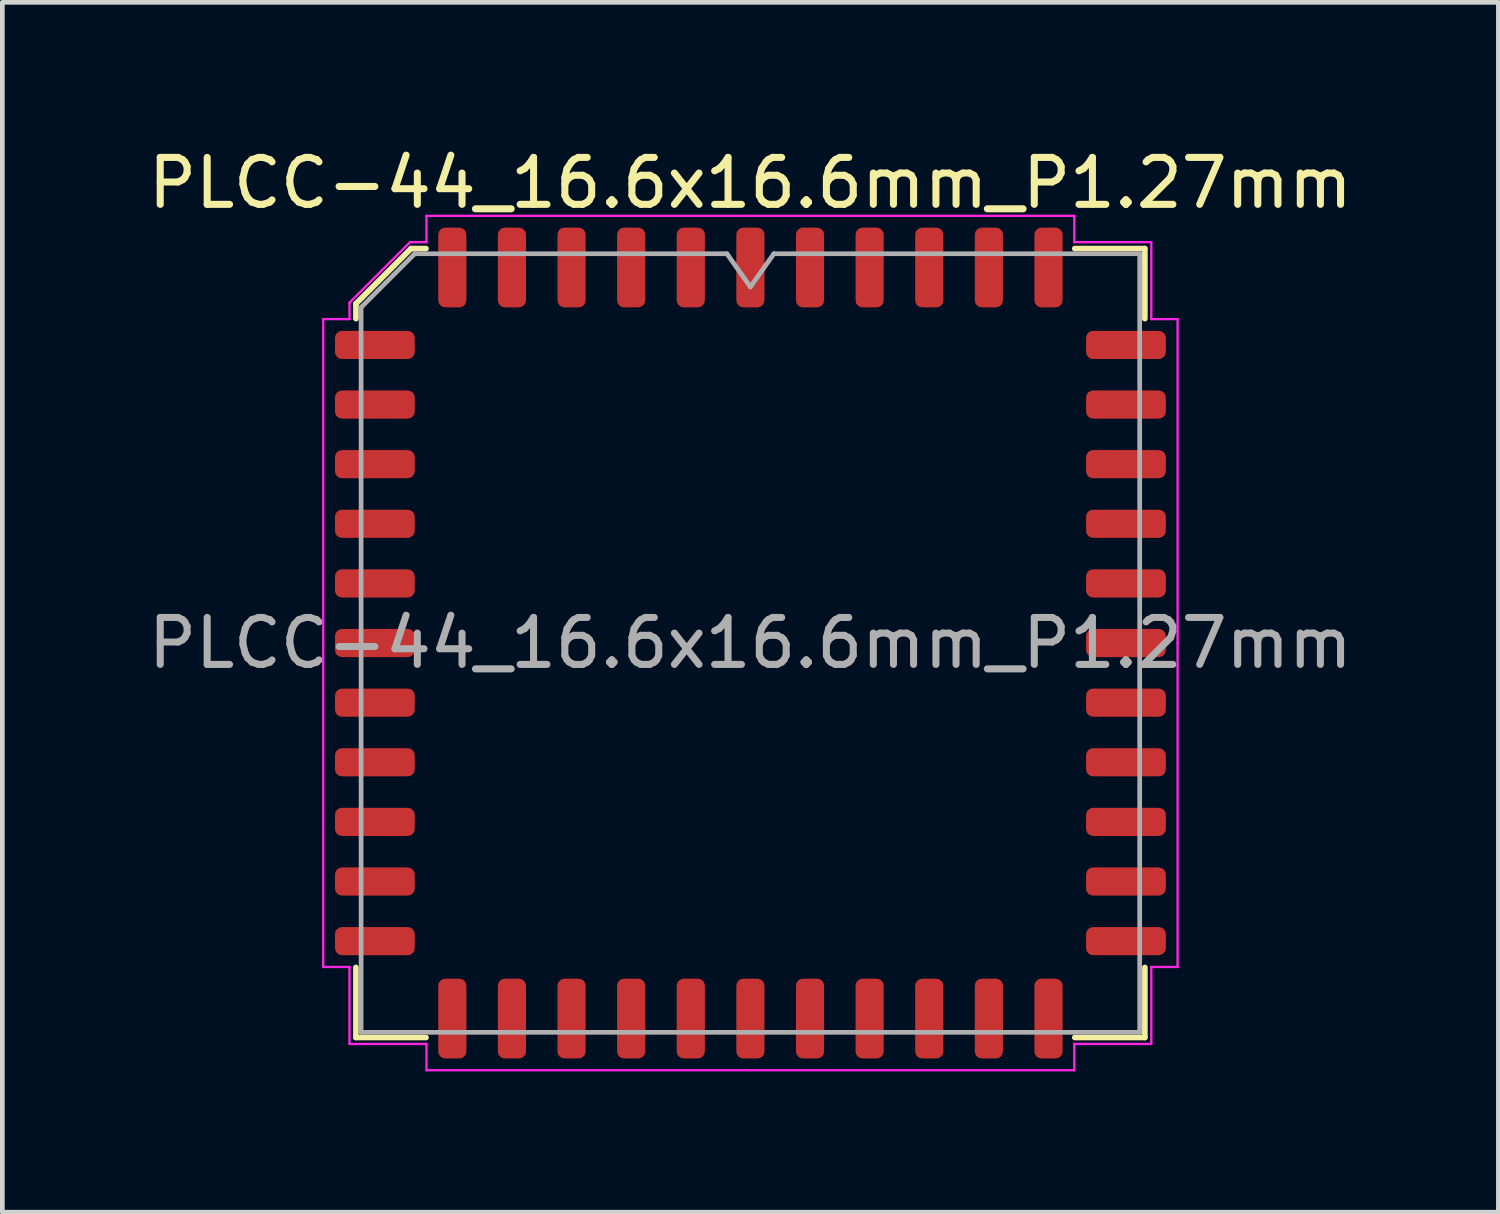
<source format=kicad_pcb>
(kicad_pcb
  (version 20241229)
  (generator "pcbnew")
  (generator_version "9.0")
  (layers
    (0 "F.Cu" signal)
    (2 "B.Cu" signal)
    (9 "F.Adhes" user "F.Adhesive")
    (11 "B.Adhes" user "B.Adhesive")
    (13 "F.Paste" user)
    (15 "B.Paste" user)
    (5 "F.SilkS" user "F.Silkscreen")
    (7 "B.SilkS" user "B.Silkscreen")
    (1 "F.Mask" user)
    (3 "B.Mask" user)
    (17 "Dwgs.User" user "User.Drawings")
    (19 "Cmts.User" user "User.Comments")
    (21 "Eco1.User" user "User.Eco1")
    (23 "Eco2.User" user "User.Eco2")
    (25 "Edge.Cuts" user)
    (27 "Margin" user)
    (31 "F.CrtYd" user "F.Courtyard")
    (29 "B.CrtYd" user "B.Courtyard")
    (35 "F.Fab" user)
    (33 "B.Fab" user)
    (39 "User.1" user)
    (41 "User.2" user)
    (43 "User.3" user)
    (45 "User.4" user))
  (footprint "PLCC-44_16.6x16.6mm_P1.27mm"
    (layer "F.Cu")
    (at 12.935 10.648)
    (property "Reference" "PLCC-44_16.6x16.6mm_P1.27mm" (at 0 -9.8 0) (layer "F.SilkS") (effects (font (size 1 1) (thickness 0.15))))
    (attr smd)
    (fp_line (start -8.403 -7.228) (end -8.403 -6.91) (stroke (width 0.12) (type solid)) (layer "F.SilkS"))
    (fp_line (start -8.403 8.403) (end -8.403 6.91) (stroke (width 0.12) (type solid)) (layer "F.SilkS"))
    (fp_line (start -7.228 -8.403) (end -8.403 -7.228) (stroke (width 0.12) (type solid)) (layer "F.SilkS"))
    (fp_line (start -6.91 -8.403) (end -7.228 -8.403) (stroke (width 0.12) (type solid)) (layer "F.SilkS"))
    (fp_line (start -6.91 8.403) (end -8.403 8.403) (stroke (width 0.12) (type solid)) (layer "F.SilkS"))
    (fp_line (start 6.91 -8.403) (end 8.403 -8.403) (stroke (width 0.12) (type solid)) (layer "F.SilkS"))
    (fp_line (start 6.91 8.403) (end 8.403 8.403) (stroke (width 0.12) (type solid)) (layer "F.SilkS"))
    (fp_line (start 8.403 -8.403) (end 8.403 -6.91) (stroke (width 0.12) (type solid)) (layer "F.SilkS"))
    (fp_line (start 8.403 8.403) (end 8.403 6.91) (stroke (width 0.12) (type solid)) (layer "F.SilkS"))
    (fp_line (start -9.1 -6.9) (end -9.1 0) (stroke (width 0.05) (type solid)) (layer "F.CrtYd"))
    (fp_line (start -9.1 6.9) (end -9.1 0) (stroke (width 0.05) (type solid)) (layer "F.CrtYd"))
    (fp_line (start -8.54 -7.25) (end -8.54 -6.9) (stroke (width 0.05) (type solid)) (layer "F.CrtYd"))
    (fp_line (start -8.54 -6.9) (end -9.1 -6.9) (stroke (width 0.05) (type solid)) (layer "F.CrtYd"))
    (fp_line (start -8.54 6.9) (end -9.1 6.9) (stroke (width 0.05) (type solid)) (layer "F.CrtYd"))
    (fp_line (start -8.54 8.54) (end -8.54 6.9) (stroke (width 0.05) (type solid)) (layer "F.CrtYd"))
    (fp_line (start -7.25 -8.54) (end -8.54 -7.25) (stroke (width 0.05) (type solid)) (layer "F.CrtYd"))
    (fp_line (start -6.9 -9.1) (end -6.9 -8.54) (stroke (width 0.05) (type solid)) (layer "F.CrtYd"))
    (fp_line (start -6.9 -8.54) (end -7.25 -8.54) (stroke (width 0.05) (type solid)) (layer "F.CrtYd"))
    (fp_line (start -6.9 8.54) (end -8.54 8.54) (stroke (width 0.05) (type solid)) (layer "F.CrtYd"))
    (fp_line (start -6.9 9.1) (end -6.9 8.54) (stroke (width 0.05) (type solid)) (layer "F.CrtYd"))
    (fp_line (start 0 -9.1) (end -6.9 -9.1) (stroke (width 0.05) (type solid)) (layer "F.CrtYd"))
    (fp_line (start 0 -9.1) (end 6.9 -9.1) (stroke (width 0.05) (type solid)) (layer "F.CrtYd"))
    (fp_line (start 0 9.1) (end -6.9 9.1) (stroke (width 0.05) (type solid)) (layer "F.CrtYd"))
    (fp_line (start 0 9.1) (end 6.9 9.1) (stroke (width 0.05) (type solid)) (layer "F.CrtYd"))
    (fp_line (start 6.9 -9.1) (end 6.9 -8.54) (stroke (width 0.05) (type solid)) (layer "F.CrtYd"))
    (fp_line (start 6.9 -8.54) (end 8.54 -8.54) (stroke (width 0.05) (type solid)) (layer "F.CrtYd"))
    (fp_line (start 6.9 8.54) (end 8.54 8.54) (stroke (width 0.05) (type solid)) (layer "F.CrtYd"))
    (fp_line (start 6.9 9.1) (end 6.9 8.54) (stroke (width 0.05) (type solid)) (layer "F.CrtYd"))
    (fp_line (start 8.54 -8.54) (end 8.54 -6.9) (stroke (width 0.05) (type solid)) (layer "F.CrtYd"))
    (fp_line (start 8.54 -6.9) (end 9.1 -6.9) (stroke (width 0.05) (type solid)) (layer "F.CrtYd"))
    (fp_line (start 8.54 6.9) (end 9.1 6.9) (stroke (width 0.05) (type solid)) (layer "F.CrtYd"))
    (fp_line (start 8.54 8.54) (end 8.54 6.9) (stroke (width 0.05) (type solid)) (layer "F.CrtYd"))
    (fp_line (start 9.1 -6.9) (end 9.1 0) (stroke (width 0.05) (type solid)) (layer "F.CrtYd"))
    (fp_line (start 9.1 6.9) (end 9.1 0) (stroke (width 0.05) (type solid)) (layer "F.CrtYd"))
    (fp_line (start -8.293 -7.15) (end -7.15 -8.293) (stroke (width 0.1) (type solid)) (layer "F.Fab"))
    (fp_line (start -8.293 8.293) (end -8.293 -7.15) (stroke (width 0.1) (type solid)) (layer "F.Fab"))
    (fp_line (start -7.15 -8.293) (end -0.5 -8.293) (stroke (width 0.1) (type solid)) (layer "F.Fab"))
    (fp_line (start -0.5 -8.293) (end 0 -7.586) (stroke (width 0.1) (type solid)) (layer "F.Fab"))
    (fp_line (start 0 -7.586) (end 0.5 -8.293) (stroke (width 0.1) (type solid)) (layer "F.Fab"))
    (fp_line (start 0.5 -8.293) (end 8.293 -8.293) (stroke (width 0.1) (type solid)) (layer "F.Fab"))
    (fp_line (start 8.293 -8.293) (end 8.293 8.293) (stroke (width 0.1) (type solid)) (layer "F.Fab"))
    (fp_line (start 8.293 8.293) (end -8.293 8.293) (stroke (width 0.1) (type solid)) (layer "F.Fab"))
    (fp_text user "${REFERENCE}" (at 0 0 0) (layer "F.Fab") (effects (font (size 1 1) (thickness 0.15))))
    (pad "1" smd roundrect (at 0 -8) (size 0.6 1.7) (layers "F.Cu" "F.Mask" "F.Paste") (roundrect_rratio 0.25))
    (pad "2" smd roundrect (at -1.27 -8) (size 0.6 1.7) (layers "F.Cu" "F.Mask" "F.Paste") (roundrect_rratio 0.25))
    (pad "3" smd roundrect (at -2.54 -8) (size 0.6 1.7) (layers "F.Cu" "F.Mask" "F.Paste") (roundrect_rratio 0.25))
    (pad "4" smd roundrect (at -3.81 -8) (size 0.6 1.7) (layers "F.Cu" "F.Mask" "F.Paste") (roundrect_rratio 0.25))
    (pad "5" smd roundrect (at -5.08 -8) (size 0.6 1.7) (layers "F.Cu" "F.Mask" "F.Paste") (roundrect_rratio 0.25))
    (pad "6" smd roundrect (at -6.35 -8) (size 0.6 1.7) (layers "F.Cu" "F.Mask" "F.Paste") (roundrect_rratio 0.25))
    (pad "7" smd roundrect (at -8 -6.35) (size 1.7 0.6) (layers "F.Cu" "F.Mask" "F.Paste") (roundrect_rratio 0.25))
    (pad "8" smd roundrect (at -8 -5.08) (size 1.7 0.6) (layers "F.Cu" "F.Mask" "F.Paste") (roundrect_rratio 0.25))
    (pad "9" smd roundrect (at -8 -3.81) (size 1.7 0.6) (layers "F.Cu" "F.Mask" "F.Paste") (roundrect_rratio 0.25))
    (pad "10" smd roundrect (at -8 -2.54) (size 1.7 0.6) (layers "F.Cu" "F.Mask" "F.Paste") (roundrect_rratio 0.25))
    (pad "11" smd roundrect (at -8 -1.27) (size 1.7 0.6) (layers "F.Cu" "F.Mask" "F.Paste") (roundrect_rratio 0.25))
    (pad "12" smd roundrect (at -8 0) (size 1.7 0.6) (layers "F.Cu" "F.Mask" "F.Paste") (roundrect_rratio 0.25))
    (pad "13" smd roundrect (at -8 1.27) (size 1.7 0.6) (layers "F.Cu" "F.Mask" "F.Paste") (roundrect_rratio 0.25))
    (pad "14" smd roundrect (at -8 2.54) (size 1.7 0.6) (layers "F.Cu" "F.Mask" "F.Paste") (roundrect_rratio 0.25))
    (pad "15" smd roundrect (at -8 3.81) (size 1.7 0.6) (layers "F.Cu" "F.Mask" "F.Paste") (roundrect_rratio 0.25))
    (pad "16" smd roundrect (at -8 5.08) (size 1.7 0.6) (layers "F.Cu" "F.Mask" "F.Paste") (roundrect_rratio 0.25))
    (pad "17" smd roundrect (at -8 6.35) (size 1.7 0.6) (layers "F.Cu" "F.Mask" "F.Paste") (roundrect_rratio 0.25))
    (pad "18" smd roundrect (at -6.35 8) (size 0.6 1.7) (layers "F.Cu" "F.Mask" "F.Paste") (roundrect_rratio 0.25))
    (pad "19" smd roundrect (at -5.08 8) (size 0.6 1.7) (layers "F.Cu" "F.Mask" "F.Paste") (roundrect_rratio 0.25))
    (pad "20" smd roundrect (at -3.81 8) (size 0.6 1.7) (layers "F.Cu" "F.Mask" "F.Paste") (roundrect_rratio 0.25))
    (pad "21" smd roundrect (at -2.54 8) (size 0.6 1.7) (layers "F.Cu" "F.Mask" "F.Paste") (roundrect_rratio 0.25))
    (pad "22" smd roundrect (at -1.27 8) (size 0.6 1.7) (layers "F.Cu" "F.Mask" "F.Paste") (roundrect_rratio 0.25))
    (pad "23" smd roundrect (at 0 8) (size 0.6 1.7) (layers "F.Cu" "F.Mask" "F.Paste") (roundrect_rratio 0.25))
    (pad "24" smd roundrect (at 1.27 8) (size 0.6 1.7) (layers "F.Cu" "F.Mask" "F.Paste") (roundrect_rratio 0.25))
    (pad "25" smd roundrect (at 2.54 8) (size 0.6 1.7) (layers "F.Cu" "F.Mask" "F.Paste") (roundrect_rratio 0.25))
    (pad "26" smd roundrect (at 3.81 8) (size 0.6 1.7) (layers "F.Cu" "F.Mask" "F.Paste") (roundrect_rratio 0.25))
    (pad "27" smd roundrect (at 5.08 8) (size 0.6 1.7) (layers "F.Cu" "F.Mask" "F.Paste") (roundrect_rratio 0.25))
    (pad "28" smd roundrect (at 6.35 8) (size 0.6 1.7) (layers "F.Cu" "F.Mask" "F.Paste") (roundrect_rratio 0.25))
    (pad "29" smd roundrect (at 8 6.35) (size 1.7 0.6) (layers "F.Cu" "F.Mask" "F.Paste") (roundrect_rratio 0.25))
    (pad "30" smd roundrect (at 8 5.08) (size 1.7 0.6) (layers "F.Cu" "F.Mask" "F.Paste") (roundrect_rratio 0.25))
    (pad "31" smd roundrect (at 8 3.81) (size 1.7 0.6) (layers "F.Cu" "F.Mask" "F.Paste") (roundrect_rratio 0.25))
    (pad "32" smd roundrect (at 8 2.54) (size 1.7 0.6) (layers "F.Cu" "F.Mask" "F.Paste") (roundrect_rratio 0.25))
    (pad "33" smd roundrect (at 8 1.27) (size 1.7 0.6) (layers "F.Cu" "F.Mask" "F.Paste") (roundrect_rratio 0.25))
    (pad "34" smd roundrect (at 8 0) (size 1.7 0.6) (layers "F.Cu" "F.Mask" "F.Paste") (roundrect_rratio 0.25))
    (pad "35" smd roundrect (at 8 -1.27) (size 1.7 0.6) (layers "F.Cu" "F.Mask" "F.Paste") (roundrect_rratio 0.25))
    (pad "36" smd roundrect (at 8 -2.54) (size 1.7 0.6) (layers "F.Cu" "F.Mask" "F.Paste") (roundrect_rratio 0.25))
    (pad "37" smd roundrect (at 8 -3.81) (size 1.7 0.6) (layers "F.Cu" "F.Mask" "F.Paste") (roundrect_rratio 0.25))
    (pad "38" smd roundrect (at 8 -5.08) (size 1.7 0.6) (layers "F.Cu" "F.Mask" "F.Paste") (roundrect_rratio 0.25))
    (pad "39" smd roundrect (at 8 -6.35) (size 1.7 0.6) (layers "F.Cu" "F.Mask" "F.Paste") (roundrect_rratio 0.25))
    (pad "40" smd roundrect (at 6.35 -8) (size 0.6 1.7) (layers "F.Cu" "F.Mask" "F.Paste") (roundrect_rratio 0.25))
    (pad "41" smd roundrect (at 5.08 -8) (size 0.6 1.7) (layers "F.Cu" "F.Mask" "F.Paste") (roundrect_rratio 0.25))
    (pad "42" smd roundrect (at 3.81 -8) (size 0.6 1.7) (layers "F.Cu" "F.Mask" "F.Paste") (roundrect_rratio 0.25))
    (pad "43" smd roundrect (at 2.54 -8) (size 0.6 1.7) (layers "F.Cu" "F.Mask" "F.Paste") (roundrect_rratio 0.25))
    (pad "44" smd roundrect (at 1.27 -8) (size 0.6 1.7) (layers "F.Cu" "F.Mask" "F.Paste") (roundrect_rratio 0.25)))
  (gr_rect
    (start -3 -3)
    (end 28.869 22.773)
    (stroke (width 0.1) (type default))
    (fill no)
    (layer "Edge.Cuts")))
</source>
